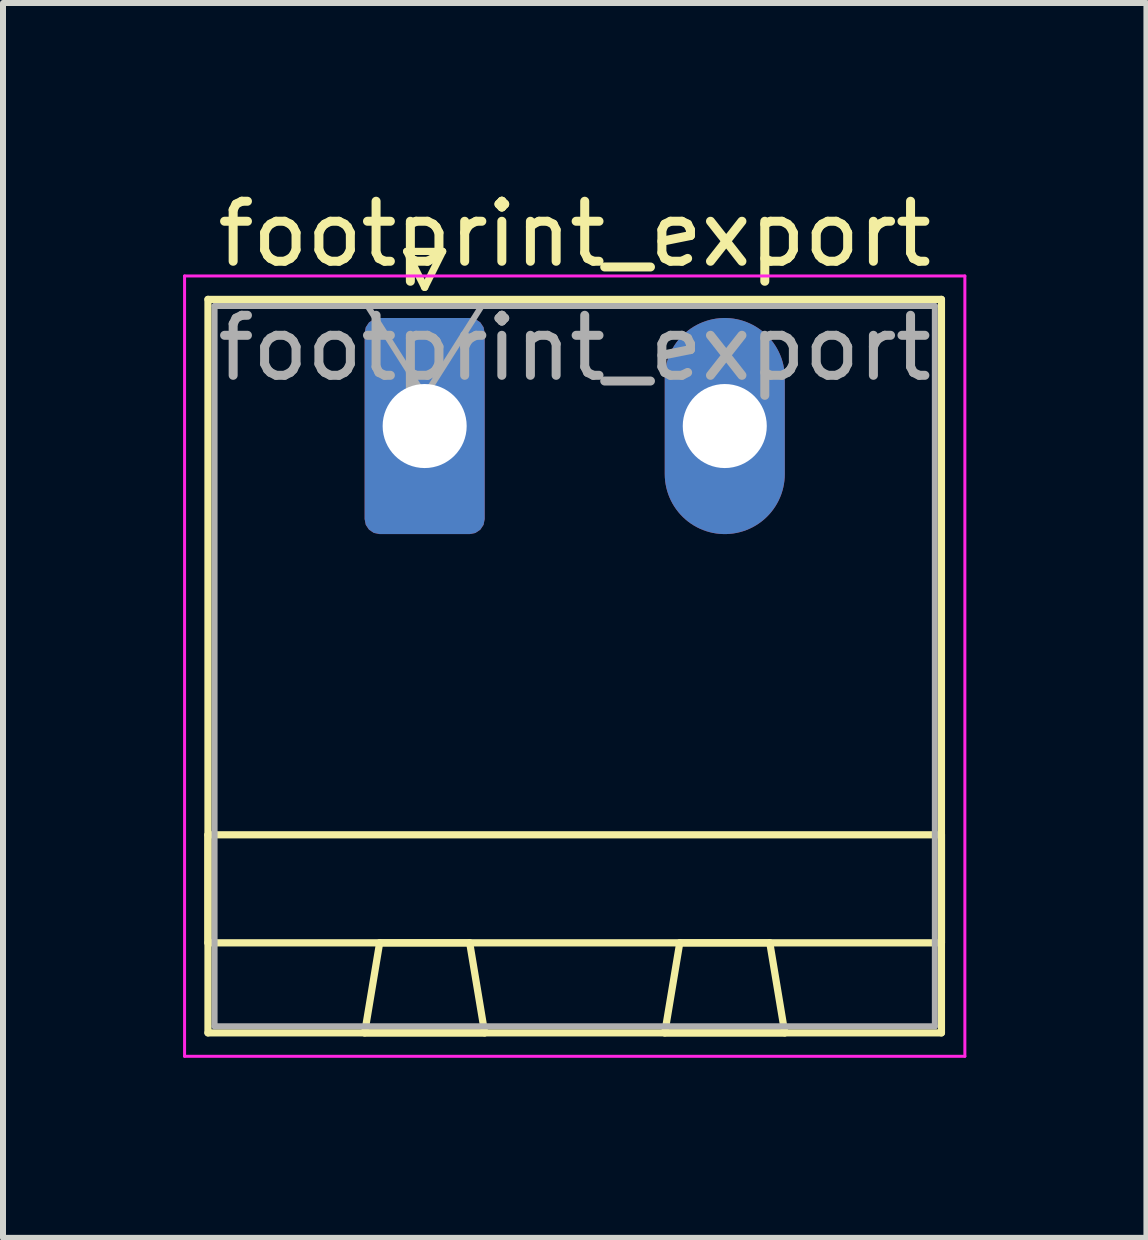
<source format=kicad_pcb>
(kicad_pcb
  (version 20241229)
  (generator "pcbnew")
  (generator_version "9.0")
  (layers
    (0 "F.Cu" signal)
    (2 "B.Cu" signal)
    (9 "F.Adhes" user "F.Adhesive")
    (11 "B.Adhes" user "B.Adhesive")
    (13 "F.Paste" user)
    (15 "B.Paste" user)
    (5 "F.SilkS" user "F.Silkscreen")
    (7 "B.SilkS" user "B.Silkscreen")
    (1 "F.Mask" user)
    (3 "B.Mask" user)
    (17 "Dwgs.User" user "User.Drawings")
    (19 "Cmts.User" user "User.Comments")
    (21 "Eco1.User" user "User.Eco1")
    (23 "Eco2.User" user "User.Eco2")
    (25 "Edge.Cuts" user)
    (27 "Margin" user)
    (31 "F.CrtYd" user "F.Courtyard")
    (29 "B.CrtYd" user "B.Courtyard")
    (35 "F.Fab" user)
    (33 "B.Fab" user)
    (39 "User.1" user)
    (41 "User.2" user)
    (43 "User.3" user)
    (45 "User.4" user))
  (footprint "footprint_export"
    (layer "F.Cu")
    (at 4.025 4.048)
    (property "Reference" "footprint_export" (at 2.5 -3.2 0) (layer "F.SilkS") (effects (font (size 1 1) (thickness 0.15))))
    (attr through_hole)
    (fp_line (start -3.61 -2.11) (end -3.61 10.11) (stroke (width 0.12) (type solid)) (layer "F.SilkS"))
    (fp_line (start -3.61 6.81) (end 8.61 6.81) (stroke (width 0.12) (type solid)) (layer "F.SilkS"))
    (fp_line (start -3.61 8.61) (end -3.61 6.81) (stroke (width 0.12) (type solid)) (layer "F.SilkS"))
    (fp_line (start -3.61 10.11) (end 8.61 10.11) (stroke (width 0.12) (type solid)) (layer "F.SilkS"))
    (fp_line (start -1 10.11) (end 1 10.11) (stroke (width 0.12) (type solid)) (layer "F.SilkS"))
    (fp_line (start -0.75 8.61) (end -1 10.11) (stroke (width 0.12) (type solid)) (layer "F.SilkS"))
    (fp_line (start -0.3 -2.91) (end 0.3 -2.91) (stroke (width 0.12) (type solid)) (layer "F.SilkS"))
    (fp_line (start 0 -2.31) (end -0.3 -2.91) (stroke (width 0.12) (type solid)) (layer "F.SilkS"))
    (fp_line (start 0.3 -2.91) (end 0 -2.31) (stroke (width 0.12) (type solid)) (layer "F.SilkS"))
    (fp_line (start 0.75 8.61) (end -0.75 8.61) (stroke (width 0.12) (type solid)) (layer "F.SilkS"))
    (fp_line (start 1 10.11) (end 0.75 8.61) (stroke (width 0.12) (type solid)) (layer "F.SilkS"))
    (fp_line (start 4 10.11) (end 6 10.11) (stroke (width 0.12) (type solid)) (layer "F.SilkS"))
    (fp_line (start 4.25 8.61) (end 4 10.11) (stroke (width 0.12) (type solid)) (layer "F.SilkS"))
    (fp_line (start 5.75 8.61) (end 4.25 8.61) (stroke (width 0.12) (type solid)) (layer "F.SilkS"))
    (fp_line (start 6 10.11) (end 5.75 8.61) (stroke (width 0.12) (type solid)) (layer "F.SilkS"))
    (fp_line (start 8.61 -2.11) (end -3.61 -2.11) (stroke (width 0.12) (type solid)) (layer "F.SilkS"))
    (fp_line (start 8.61 6.81) (end 8.61 8.61) (stroke (width 0.12) (type solid)) (layer "F.SilkS"))
    (fp_line (start 8.61 8.61) (end -3.61 8.61) (stroke (width 0.12) (type solid)) (layer "F.SilkS"))
    (fp_line (start 8.61 10.11) (end 8.61 -2.11) (stroke (width 0.12) (type solid)) (layer "F.SilkS"))
    (fp_line (start -4 -2.5) (end -4 10.5) (stroke (width 0.05) (type solid)) (layer "F.CrtYd"))
    (fp_line (start -4 10.5) (end 9 10.5) (stroke (width 0.05) (type solid)) (layer "F.CrtYd"))
    (fp_line (start 9 -2.5) (end -4 -2.5) (stroke (width 0.05) (type solid)) (layer "F.CrtYd"))
    (fp_line (start 9 10.5) (end 9 -2.5) (stroke (width 0.05) (type solid)) (layer "F.CrtYd"))
    (fp_line (start -3.5 -2) (end -3.5 10) (stroke (width 0.1) (type solid)) (layer "F.Fab"))
    (fp_line (start -3.5 10) (end 8.5 10) (stroke (width 0.1) (type solid)) (layer "F.Fab"))
    (fp_line (start 0 -0.5) (end -0.95 -2) (stroke (width 0.1) (type solid)) (layer "F.Fab"))
    (fp_line (start 0.95 -2) (end 0 -0.5) (stroke (width 0.1) (type solid)) (layer "F.Fab"))
    (fp_line (start 8.5 -2) (end -3.5 -2) (stroke (width 0.1) (type solid)) (layer "F.Fab"))
    (fp_line (start 8.5 10) (end 8.5 -2) (stroke (width 0.1) (type solid)) (layer "F.Fab"))
    (fp_text user "${REFERENCE}" (at 2.5 -1.3 0) (layer "F.Fab") (effects (font (size 1 1) (thickness 0.15))))
    (pad "1" thru_hole roundrect (at 0 0) (size 2 3.6) (drill 1.4) (layers "*.Cu" "*.Mask") (roundrect_rratio 0.125))
    (pad "2" thru_hole oval (at 5 0) (size 2 3.6) (drill 1.4) (layers "*.Cu" "*.Mask")))
  (gr_rect
    (start -3 -3)
    (end 16.05 17.573)
    (stroke (width 0.1) (type default))
    (fill no)
    (layer "Edge.Cuts")))
</source>
